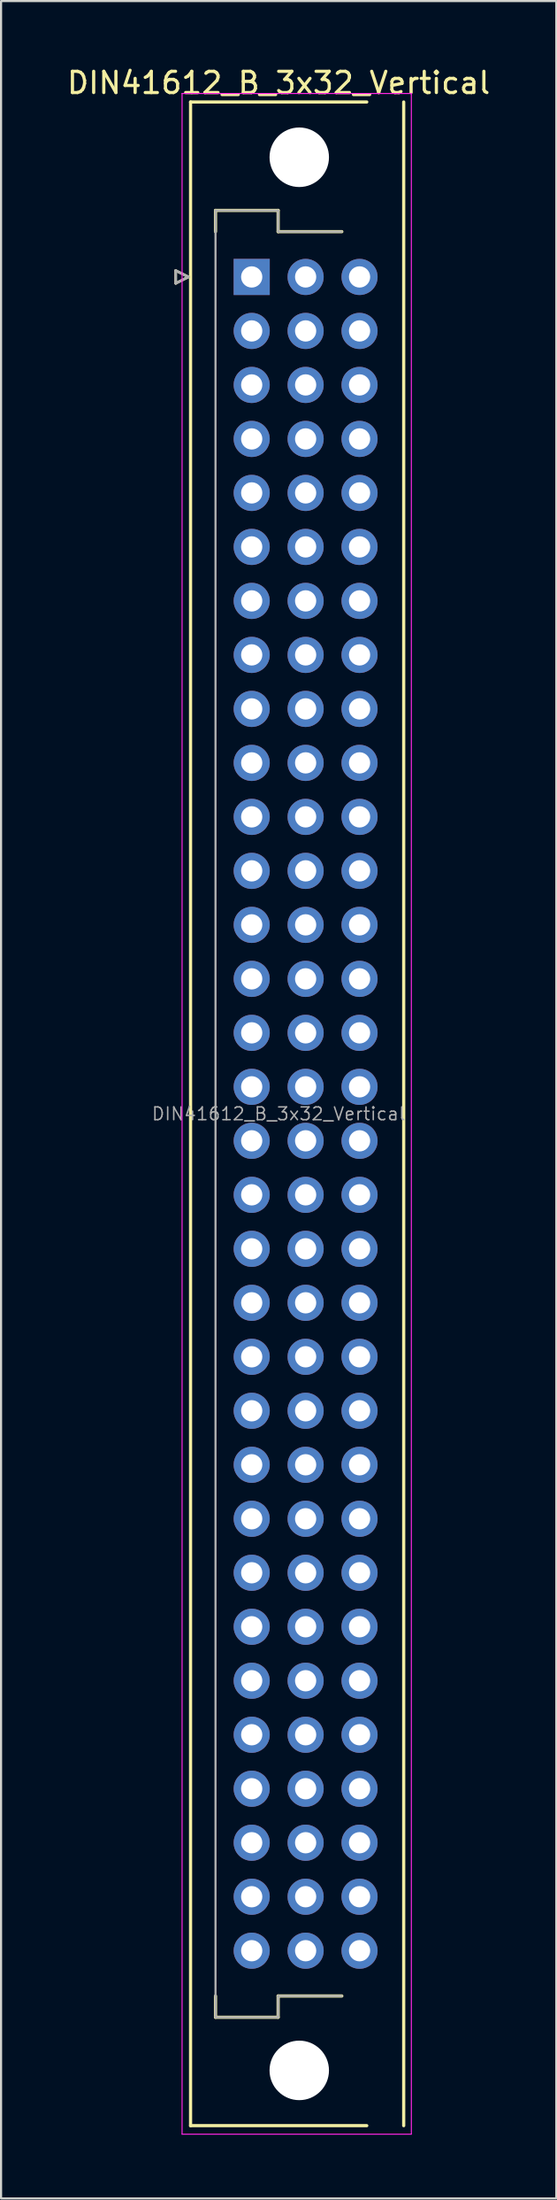
<source format=kicad_pcb>
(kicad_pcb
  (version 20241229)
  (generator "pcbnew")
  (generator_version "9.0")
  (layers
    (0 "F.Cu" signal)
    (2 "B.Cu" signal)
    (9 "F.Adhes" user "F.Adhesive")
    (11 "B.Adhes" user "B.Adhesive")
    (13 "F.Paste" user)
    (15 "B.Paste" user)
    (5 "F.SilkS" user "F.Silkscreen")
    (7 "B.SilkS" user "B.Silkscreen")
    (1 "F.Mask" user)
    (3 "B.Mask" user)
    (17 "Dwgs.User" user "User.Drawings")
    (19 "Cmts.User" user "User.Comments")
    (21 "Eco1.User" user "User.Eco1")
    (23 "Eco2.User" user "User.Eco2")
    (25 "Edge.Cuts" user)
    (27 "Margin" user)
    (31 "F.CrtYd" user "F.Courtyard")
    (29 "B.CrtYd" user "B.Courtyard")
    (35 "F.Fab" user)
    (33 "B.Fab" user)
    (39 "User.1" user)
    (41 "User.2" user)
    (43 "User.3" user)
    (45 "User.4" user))
  (footprint "DIN41612_B_3x32_Vertical"
    (layer "F.Cu")
    (at 8.807 9.978)
    (property "Reference" "DIN41612_B_3x32_Vertical" (at 1.27 -9.13 0) (layer "F.SilkS") (effects (font (size 1 1) (thickness 0.15))))
    (attr through_hole)
    (fp_line (start -3.58 -0.3) (end -3.58 0.3) (stroke (width 0.12) (type solid)) (layer "F.SilkS"))
    (fp_line (start -3.58 0.3) (end -2.98 0) (stroke (width 0.12) (type solid)) (layer "F.SilkS"))
    (fp_line (start -2.98 0) (end -3.58 -0.3) (stroke (width 0.12) (type solid)) (layer "F.SilkS"))
    (fp_line (start -2.88 -8.23) (end -2.88 86.97) (stroke (width 0.15) (type solid)) (layer "F.SilkS"))
    (fp_line (start -2.88 86.97) (end 5.42 86.97) (stroke (width 0.15) (type solid)) (layer "F.SilkS"))
    (fp_line (start -1.705 -3.13) (end 1.245 -3.13) (stroke (width 0.15) (type solid)) (layer "F.SilkS"))
    (fp_line (start -1.705 -2.13) (end -1.705 -3.13) (stroke (width 0.15) (type solid)) (layer "F.SilkS"))
    (fp_line (start -1.705 81.87) (end -1.705 80.87) (stroke (width 0.15) (type solid)) (layer "F.SilkS"))
    (fp_line (start 1.245 -3.13) (end 1.245 -2.13) (stroke (width 0.15) (type solid)) (layer "F.SilkS"))
    (fp_line (start 1.245 -2.13) (end 4.245 -2.13) (stroke (width 0.15) (type solid)) (layer "F.SilkS"))
    (fp_line (start 1.245 80.87) (end 1.245 81.87) (stroke (width 0.15) (type solid)) (layer "F.SilkS"))
    (fp_line (start 1.245 81.87) (end -1.705 81.87) (stroke (width 0.15) (type solid)) (layer "F.SilkS"))
    (fp_line (start 4.245 80.87) (end 1.245 80.87) (stroke (width 0.15) (type solid)) (layer "F.SilkS"))
    (fp_line (start 5.42 -8.23) (end -2.88 -8.23) (stroke (width 0.15) (type solid)) (layer "F.SilkS"))
    (fp_line (start 7.16 86.97) (end 7.16 -8.23) (stroke (width 0.15) (type solid)) (layer "F.SilkS"))
    (fp_line (start -3.28 -8.63) (end -3.28 87.37) (stroke (width 0.05) (type solid)) (layer "F.CrtYd"))
    (fp_line (start -3.28 87.37) (end 7.51 87.37) (stroke (width 0.05) (type solid)) (layer "F.CrtYd"))
    (fp_line (start 7.51 -8.63) (end -3.28 -8.63) (stroke (width 0.05) (type solid)) (layer "F.CrtYd"))
    (fp_line (start 7.52 87.37) (end 7.52 -8.63) (stroke (width 0.05) (type solid)) (layer "F.CrtYd"))
    (fp_line (start -3.58 -0.3) (end -3.58 0.3) (stroke (width 0.12) (type solid)) (layer "F.Fab"))
    (fp_line (start -3.58 0.3) (end -2.98 0) (stroke (width 0.12) (type solid)) (layer "F.Fab"))
    (fp_line (start -2.98 0) (end -3.58 -0.3) (stroke (width 0.12) (type solid)) (layer "F.Fab"))
    (fp_line (start -1.705 -3.13) (end 1.245 -3.13) (stroke (width 0.1) (type solid)) (layer "F.Fab"))
    (fp_line (start -1.705 -2.13) (end -1.705 -3.13) (stroke (width 0.1) (type solid)) (layer "F.Fab"))
    (fp_line (start -1.705 80.87) (end -1.705 -2.13) (stroke (width 0.1) (type solid)) (layer "F.Fab"))
    (fp_line (start -1.705 81.87) (end -1.705 80.87) (stroke (width 0.1) (type solid)) (layer "F.Fab"))
    (fp_line (start 1.245 -3.13) (end 1.245 -2.13) (stroke (width 0.1) (type solid)) (layer "F.Fab"))
    (fp_line (start 1.245 -2.13) (end 4.245 -2.13) (stroke (width 0.1) (type solid)) (layer "F.Fab"))
    (fp_line (start 1.245 80.87) (end 1.245 81.87) (stroke (width 0.1) (type solid)) (layer "F.Fab"))
    (fp_line (start 1.245 81.87) (end -1.705 81.87) (stroke (width 0.1) (type solid)) (layer "F.Fab"))
    (fp_line (start 4.245 80.87) (end 1.245 80.87) (stroke (width 0.1) (type solid)) (layer "F.Fab"))
    (fp_text user "${REFERENCE}" (at 1.27 39.37 0) (layer "F.Fab") (effects (font (size 0.6 0.6) (thickness 0.07))))
    (pad "" np_thru_hole circle (at 2.24 -5.63) (size 2.8 2.8) (drill 2.8) (layers "*.Cu" "*.Mask"))
    (pad "" np_thru_hole circle (at 2.24 84.37) (size 2.8 2.8) (drill 2.8) (layers "*.Cu" "*.Mask"))
    (pad "1" thru_hole rect (at 0 0) (size 1.7 1.7) (drill 1) (layers "*.Cu" "*.Mask"))
    (pad "2" thru_hole circle (at 0 2.54) (size 1.7 1.7) (drill 1) (layers "*.Cu" "*.Mask"))
    (pad "3" thru_hole circle (at 0 5.08) (size 1.7 1.7) (drill 1) (layers "*.Cu" "*.Mask"))
    (pad "4" thru_hole circle (at 0 7.62) (size 1.7 1.7) (drill 1) (layers "*.Cu" "*.Mask"))
    (pad "5" thru_hole circle (at 0 10.16) (size 1.7 1.7) (drill 1) (layers "*.Cu" "*.Mask"))
    (pad "6" thru_hole circle (at 0 12.7) (size 1.7 1.7) (drill 1) (layers "*.Cu" "*.Mask"))
    (pad "7" thru_hole circle (at 0 15.24) (size 1.7 1.7) (drill 1) (layers "*.Cu" "*.Mask"))
    (pad "8" thru_hole circle (at 0 17.78) (size 1.7 1.7) (drill 1) (layers "*.Cu" "*.Mask"))
    (pad "9" thru_hole circle (at 0 20.32) (size 1.7 1.7) (drill 1) (layers "*.Cu" "*.Mask"))
    (pad "10" thru_hole circle (at 0 22.86) (size 1.7 1.7) (drill 1) (layers "*.Cu" "*.Mask"))
    (pad "11" thru_hole circle (at 0 25.4) (size 1.7 1.7) (drill 1) (layers "*.Cu" "*.Mask"))
    (pad "12" thru_hole circle (at 0 27.94) (size 1.7 1.7) (drill 1) (layers "*.Cu" "*.Mask"))
    (pad "13" thru_hole circle (at 0 30.48) (size 1.7 1.7) (drill 1) (layers "*.Cu" "*.Mask"))
    (pad "14" thru_hole circle (at 0 33.02) (size 1.7 1.7) (drill 1) (layers "*.Cu" "*.Mask"))
    (pad "15" thru_hole circle (at 0 35.56) (size 1.7 1.7) (drill 1) (layers "*.Cu" "*.Mask"))
    (pad "16" thru_hole circle (at 0 38.1) (size 1.7 1.7) (drill 1) (layers "*.Cu" "*.Mask"))
    (pad "17" thru_hole circle (at 0 40.64) (size 1.7 1.7) (drill 1) (layers "*.Cu" "*.Mask"))
    (pad "18" thru_hole circle (at 0 43.18) (size 1.7 1.7) (drill 1) (layers "*.Cu" "*.Mask"))
    (pad "19" thru_hole circle (at 0 45.72) (size 1.7 1.7) (drill 1) (layers "*.Cu" "*.Mask"))
    (pad "20" thru_hole circle (at 0 48.26) (size 1.7 1.7) (drill 1) (layers "*.Cu" "*.Mask"))
    (pad "21" thru_hole circle (at 0 50.8) (size 1.7 1.7) (drill 1) (layers "*.Cu" "*.Mask"))
    (pad "22" thru_hole circle (at 0 53.34) (size 1.7 1.7) (drill 1) (layers "*.Cu" "*.Mask"))
    (pad "23" thru_hole circle (at 0 55.88) (size 1.7 1.7) (drill 1) (layers "*.Cu" "*.Mask"))
    (pad "24" thru_hole circle (at 0 58.42) (size 1.7 1.7) (drill 1) (layers "*.Cu" "*.Mask"))
    (pad "25" thru_hole circle (at 0 60.96) (size 1.7 1.7) (drill 1) (layers "*.Cu" "*.Mask"))
    (pad "26" thru_hole circle (at 0 63.5) (size 1.7 1.7) (drill 1) (layers "*.Cu" "*.Mask"))
    (pad "27" thru_hole circle (at 0 66.04) (size 1.7 1.7) (drill 1) (layers "*.Cu" "*.Mask"))
    (pad "28" thru_hole circle (at 0 68.58) (size 1.7 1.7) (drill 1) (layers "*.Cu" "*.Mask"))
    (pad "29" thru_hole circle (at 0 71.12) (size 1.7 1.7) (drill 1) (layers "*.Cu" "*.Mask"))
    (pad "30" thru_hole circle (at 0 73.66) (size 1.7 1.7) (drill 1) (layers "*.Cu" "*.Mask"))
    (pad "31" thru_hole circle (at 0 76.2) (size 1.7 1.7) (drill 1) (layers "*.Cu" "*.Mask"))
    (pad "32" thru_hole circle (at 0 78.74) (size 1.7 1.7) (drill 1) (layers "*.Cu" "*.Mask"))
    (pad "33" thru_hole circle (at 2.54 0) (size 1.7 1.7) (drill 1) (layers "*.Cu" "*.Mask"))
    (pad "34" thru_hole circle (at 2.54 2.54) (size 1.7 1.7) (drill 1) (layers "*.Cu" "*.Mask"))
    (pad "35" thru_hole circle (at 2.54 5.08) (size 1.7 1.7) (drill 1) (layers "*.Cu" "*.Mask"))
    (pad "36" thru_hole circle (at 2.54 7.62) (size 1.7 1.7) (drill 1) (layers "*.Cu" "*.Mask"))
    (pad "37" thru_hole circle (at 2.54 10.16) (size 1.7 1.7) (drill 1) (layers "*.Cu" "*.Mask"))
    (pad "38" thru_hole circle (at 2.54 12.7) (size 1.7 1.7) (drill 1) (layers "*.Cu" "*.Mask"))
    (pad "39" thru_hole circle (at 2.54 15.24) (size 1.7 1.7) (drill 1) (layers "*.Cu" "*.Mask"))
    (pad "40" thru_hole circle (at 2.54 17.78) (size 1.7 1.7) (drill 1) (layers "*.Cu" "*.Mask"))
    (pad "41" thru_hole circle (at 2.54 20.32) (size 1.7 1.7) (drill 1) (layers "*.Cu" "*.Mask"))
    (pad "42" thru_hole circle (at 2.54 22.86) (size 1.7 1.7) (drill 1) (layers "*.Cu" "*.Mask"))
    (pad "43" thru_hole circle (at 2.54 25.4) (size 1.7 1.7) (drill 1) (layers "*.Cu" "*.Mask"))
    (pad "44" thru_hole circle (at 2.54 27.94) (size 1.7 1.7) (drill 1) (layers "*.Cu" "*.Mask"))
    (pad "45" thru_hole circle (at 2.54 30.48) (size 1.7 1.7) (drill 1) (layers "*.Cu" "*.Mask"))
    (pad "46" thru_hole circle (at 2.54 33.02) (size 1.7 1.7) (drill 1) (layers "*.Cu" "*.Mask"))
    (pad "47" thru_hole circle (at 2.54 35.56) (size 1.7 1.7) (drill 1) (layers "*.Cu" "*.Mask"))
    (pad "48" thru_hole circle (at 2.54 38.1) (size 1.7 1.7) (drill 1) (layers "*.Cu" "*.Mask"))
    (pad "49" thru_hole circle (at 2.54 40.64) (size 1.7 1.7) (drill 1) (layers "*.Cu" "*.Mask"))
    (pad "50" thru_hole circle (at 2.54 43.18) (size 1.7 1.7) (drill 1) (layers "*.Cu" "*.Mask"))
    (pad "51" thru_hole circle (at 2.54 45.72) (size 1.7 1.7) (drill 1) (layers "*.Cu" "*.Mask"))
    (pad "52" thru_hole circle (at 2.54 48.26) (size 1.7 1.7) (drill 1) (layers "*.Cu" "*.Mask"))
    (pad "53" thru_hole circle (at 2.54 50.8) (size 1.7 1.7) (drill 1) (layers "*.Cu" "*.Mask"))
    (pad "54" thru_hole circle (at 2.54 53.34) (size 1.7 1.7) (drill 1) (layers "*.Cu" "*.Mask"))
    (pad "55" thru_hole circle (at 2.54 55.88) (size 1.7 1.7) (drill 1) (layers "*.Cu" "*.Mask"))
    (pad "56" thru_hole circle (at 2.54 58.42) (size 1.7 1.7) (drill 1) (layers "*.Cu" "*.Mask"))
    (pad "57" thru_hole circle (at 2.54 60.96) (size 1.7 1.7) (drill 1) (layers "*.Cu" "*.Mask"))
    (pad "58" thru_hole circle (at 2.54 63.5) (size 1.7 1.7) (drill 1) (layers "*.Cu" "*.Mask"))
    (pad "59" thru_hole circle (at 2.54 66.04) (size 1.7 1.7) (drill 1) (layers "*.Cu" "*.Mask"))
    (pad "60" thru_hole circle (at 2.54 68.58) (size 1.7 1.7) (drill 1) (layers "*.Cu" "*.Mask"))
    (pad "61" thru_hole circle (at 2.54 71.12) (size 1.7 1.7) (drill 1) (layers "*.Cu" "*.Mask"))
    (pad "62" thru_hole circle (at 2.54 73.66) (size 1.7 1.7) (drill 1) (layers "*.Cu" "*.Mask"))
    (pad "63" thru_hole circle (at 2.54 76.2) (size 1.7 1.7) (drill 1) (layers "*.Cu" "*.Mask"))
    (pad "64" thru_hole circle (at 2.54 78.74) (size 1.7 1.7) (drill 1) (layers "*.Cu" "*.Mask"))
    (pad "65" thru_hole circle (at 5.08 0) (size 1.7 1.7) (drill 1) (layers "*.Cu" "*.Mask"))
    (pad "66" thru_hole circle (at 5.08 2.54) (size 1.7 1.7) (drill 1) (layers "*.Cu" "*.Mask"))
    (pad "67" thru_hole circle (at 5.08 5.08) (size 1.7 1.7) (drill 1) (layers "*.Cu" "*.Mask"))
    (pad "68" thru_hole circle (at 5.08 7.62) (size 1.7 1.7) (drill 1) (layers "*.Cu" "*.Mask"))
    (pad "69" thru_hole circle (at 5.08 10.16) (size 1.7 1.7) (drill 1) (layers "*.Cu" "*.Mask"))
    (pad "70" thru_hole circle (at 5.08 12.7) (size 1.7 1.7) (drill 1) (layers "*.Cu" "*.Mask"))
    (pad "71" thru_hole circle (at 5.08 15.24) (size 1.7 1.7) (drill 1) (layers "*.Cu" "*.Mask"))
    (pad "72" thru_hole circle (at 5.08 17.78) (size 1.7 1.7) (drill 1) (layers "*.Cu" "*.Mask"))
    (pad "73" thru_hole circle (at 5.08 20.32) (size 1.7 1.7) (drill 1) (layers "*.Cu" "*.Mask"))
    (pad "74" thru_hole circle (at 5.08 22.86) (size 1.7 1.7) (drill 1) (layers "*.Cu" "*.Mask"))
    (pad "75" thru_hole circle (at 5.08 25.4) (size 1.7 1.7) (drill 1) (layers "*.Cu" "*.Mask"))
    (pad "76" thru_hole circle (at 5.08 27.94) (size 1.7 1.7) (drill 1) (layers "*.Cu" "*.Mask"))
    (pad "77" thru_hole circle (at 5.08 30.48) (size 1.7 1.7) (drill 1) (layers "*.Cu" "*.Mask"))
    (pad "78" thru_hole circle (at 5.08 33.02) (size 1.7 1.7) (drill 1) (layers "*.Cu" "*.Mask"))
    (pad "79" thru_hole circle (at 5.08 35.56) (size 1.7 1.7) (drill 1) (layers "*.Cu" "*.Mask"))
    (pad "80" thru_hole circle (at 5.08 38.1) (size 1.7 1.7) (drill 1) (layers "*.Cu" "*.Mask"))
    (pad "81" thru_hole circle (at 5.08 40.64) (size 1.7 1.7) (drill 1) (layers "*.Cu" "*.Mask"))
    (pad "82" thru_hole circle (at 5.08 43.18) (size 1.7 1.7) (drill 1) (layers "*.Cu" "*.Mask"))
    (pad "83" thru_hole circle (at 5.08 45.72) (size 1.7 1.7) (drill 1) (layers "*.Cu" "*.Mask"))
    (pad "84" thru_hole circle (at 5.08 48.26) (size 1.7 1.7) (drill 1) (layers "*.Cu" "*.Mask"))
    (pad "85" thru_hole circle (at 5.08 50.8) (size 1.7 1.7) (drill 1) (layers "*.Cu" "*.Mask"))
    (pad "86" thru_hole circle (at 5.08 53.34) (size 1.7 1.7) (drill 1) (layers "*.Cu" "*.Mask"))
    (pad "87" thru_hole circle (at 5.08 55.88) (size 1.7 1.7) (drill 1) (layers "*.Cu" "*.Mask"))
    (pad "88" thru_hole circle (at 5.08 58.42) (size 1.7 1.7) (drill 1) (layers "*.Cu" "*.Mask"))
    (pad "89" thru_hole circle (at 5.08 60.96) (size 1.7 1.7) (drill 1) (layers "*.Cu" "*.Mask"))
    (pad "90" thru_hole circle (at 5.08 63.5) (size 1.7 1.7) (drill 1) (layers "*.Cu" "*.Mask"))
    (pad "91" thru_hole circle (at 5.08 66.04) (size 1.7 1.7) (drill 1) (layers "*.Cu" "*.Mask"))
    (pad "92" thru_hole circle (at 5.08 68.58) (size 1.7 1.7) (drill 1) (layers "*.Cu" "*.Mask"))
    (pad "93" thru_hole circle (at 5.08 71.12) (size 1.7 1.7) (drill 1) (layers "*.Cu" "*.Mask"))
    (pad "94" thru_hole circle (at 5.08 73.66) (size 1.7 1.7) (drill 1) (layers "*.Cu" "*.Mask"))
    (pad "95" thru_hole circle (at 5.08 76.2) (size 1.7 1.7) (drill 1) (layers "*.Cu" "*.Mask"))
    (pad "96" thru_hole circle (at 5.08 78.74) (size 1.7 1.7) (drill 1) (layers "*.Cu" "*.Mask")))
  (gr_rect
    (start -3 -3)
    (end 23.155 100.373)
    (stroke (width 0.1) (type default))
    (fill no)
    (layer "Edge.Cuts")))
</source>
